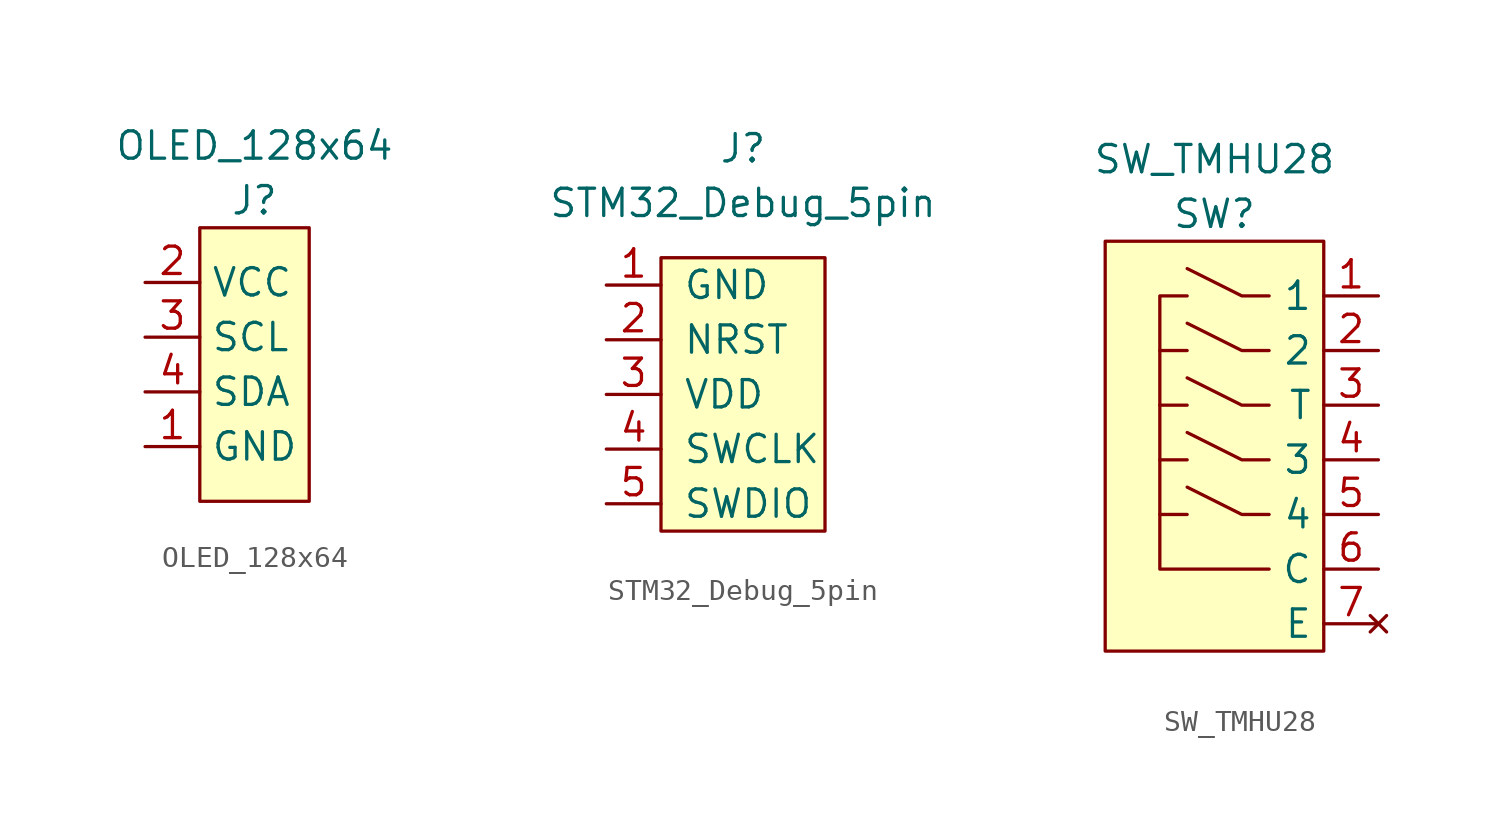
<source format=kicad_sym>
(kicad_symbol_lib
  (version 20211014)
  (generator kicad_symbol_editor)
  (symbol "OLED_128x64"
    (property "Reference" "J"
      (at 0 7.62 0)
      (effects (font (size 1.27 1.27))))
    (property "Value" "OLED_128x64"
      (at 0 10.16 0)
      (effects (font (size 1.27 1.27))))
    (symbol "OLED_128x64_0_0"
      (pin power_in line (at -5.08 -3.81 0) (length 2.54) (name "GND" (effects (font (size 1.27 1.27)))) (number "1" (effects (font (size 1.27 1.27)))))
      (pin power_in line (at -5.08 3.81 0) (length 2.54) (name "VCC" (effects (font (size 1.27 1.27)))) (number "2" (effects (font (size 1.27 1.27)))))
      (pin passive line (at -5.08 1.27 0) (length 2.54) (name "SCL" (effects (font (size 1.27 1.27)))) (number "3" (effects (font (size 1.27 1.27)))))
      (pin passive line (at -5.08 -1.27 0) (length 2.54) (name "SDA" (effects (font (size 1.27 1.27)))) (number "4" (effects (font (size 1.27 1.27))))))
    (symbol "OLED_128x64_0_1"
      (rectangle (start -2.54 6.35) (end 2.54 -6.35) (stroke (width 0) (type default) (color 0 0 0 0)) (fill (type background)))))
  (symbol "STM32_Debug_5pin"
    (pin_names
      (offset 1.016))
    (property "Reference" "J"
      (at 0 11.43 0)
      (effects (font (size 1.27 1.27))))
    (property "Value" "STM32_Debug_5pin"
      (at 0 8.89 0)
      (effects (font (size 1.27 1.27))))
    (symbol "STM32_Debug_5pin_0_1"
      (rectangle (start -3.81 6.35) (end 3.81 -6.35) (stroke (width 0) (type default) (color 0 0 0 0)) (fill (type background))))
    (symbol "STM32_Debug_5pin_1_1"
      (pin power_in line (at -6.35 5.08 0) (length 2.54) (name "GND" (effects (font (size 1.27 1.27)))) (number "1" (effects (font (size 1.27 1.27)))))
      (pin passive line (at -6.35 2.54 0) (length 2.54) (name "NRST" (effects (font (size 1.27 1.27)))) (number "2" (effects (font (size 1.27 1.27)))))
      (pin power_in line (at -6.35 0 0) (length 2.54) (name "VDD" (effects (font (size 1.27 1.27)))) (number "3" (effects (font (size 1.27 1.27)))))
      (pin passive line (at -6.35 -2.54 0) (length 2.54) (name "SWCLK" (effects (font (size 1.27 1.27)))) (number "4" (effects (font (size 1.27 1.27)))))
      (pin passive line (at -6.35 -5.08 0) (length 2.54) (name "SWDIO" (effects (font (size 1.27 1.27)))) (number "5" (effects (font (size 1.27 1.27)))))))
  (symbol "SW_TMHU28"
    (property "Reference" "SW"
      (at 0 11.43 0)
      (effects (font (size 1.27 1.27))))
    (property "Value" "SW_TMHU28"
      (at 0 13.97 0)
      (effects (font (size 1.27 1.27))))
    (symbol "SW_TMHU28_0_0"
      (pin passive line (at 7.62 7.62 180) (length 2.54) (name "1" (effects (font (size 1.27 1.27)))) (number "1" (effects (font (size 1.27 1.27)))))
      (pin passive line (at 7.62 5.08 180) (length 2.54) (name "2" (effects (font (size 1.27 1.27)))) (number "2" (effects (font (size 1.27 1.27)))))
      (pin passive line (at 7.62 2.54 180) (length 2.54) (name "T" (effects (font (size 1.27 1.27)))) (number "3" (effects (font (size 1.27 1.27)))))
      (pin passive line (at 7.62 0 180) (length 2.54) (name "3" (effects (font (size 1.27 1.27)))) (number "4" (effects (font (size 1.27 1.27)))))
      (pin passive line (at 7.62 -2.54 180) (length 2.54) (name "4" (effects (font (size 1.27 1.27)))) (number "5" (effects (font (size 1.27 1.27)))))
      (pin passive line (at 7.62 -5.08 180) (length 2.54) (name "C" (effects (font (size 1.27 1.27)))) (number "6" (effects (font (size 1.27 1.27)))))
      (pin no_connect line (at 7.62 -7.62 180) (length 2.54) (name "E" (effects (font (size 1.27 1.27)))) (number "7" (effects (font (size 1.27 1.27))))))
    (symbol "SW_TMHU28_0_1"
      (polyline (pts (xy -2.54 -2.54) (xy -1.27 -2.54)) (stroke (width 0) (type default) (color 0 0 0 0)) (fill (type none)))
      (polyline (pts (xy -1.27 0) (xy -2.54 0)) (stroke (width 0) (type default) (color 0 0 0 0)) (fill (type none)))
      (polyline (pts (xy -1.27 2.54) (xy -2.54 2.54)) (stroke (width 0) (type default) (color 0 0 0 0)) (fill (type none)))
      (polyline (pts (xy -1.27 5.08) (xy -2.54 5.08)) (stroke (width 0) (type default) (color 0 0 0 0)) (fill (type none)))
      (polyline (pts (xy 2.54 -2.54) (xy 1.27 -2.54) (xy -1.27 -1.27)) (stroke (width 0) (type default) (color 0 0 0 0)) (fill (type none)))
      (polyline (pts (xy 2.54 0) (xy 1.27 0) (xy -1.27 1.27)) (stroke (width 0) (type default) (color 0 0 0 0)) (fill (type none)))
      (polyline (pts (xy 2.54 2.54) (xy 1.27 2.54) (xy -1.27 3.81)) (stroke (width 0) (type default) (color 0 0 0 0)) (fill (type none)))
      (polyline (pts (xy 2.54 5.08) (xy 1.27 5.08) (xy -1.27 6.35)) (stroke (width 0) (type default) (color 0 0 0 0)) (fill (type none)))
      (polyline (pts (xy 2.54 7.62) (xy 1.27 7.62) (xy -1.27 8.89)) (stroke (width 0) (type default) (color 0 0 0 0)) (fill (type none)))
      (polyline (pts (xy -1.27 7.62) (xy -2.54 7.62) (xy -2.54 -5.08) (xy 2.54 -5.08)) (stroke (width 0) (type default) (color 0 0 0 0)) (fill (type none)))
      (rectangle (start 5.08 10.16) (end -5.08 -8.89) (stroke (width 0) (type default) (color 0 0 0 0)) (fill (type background))))))
</source>
